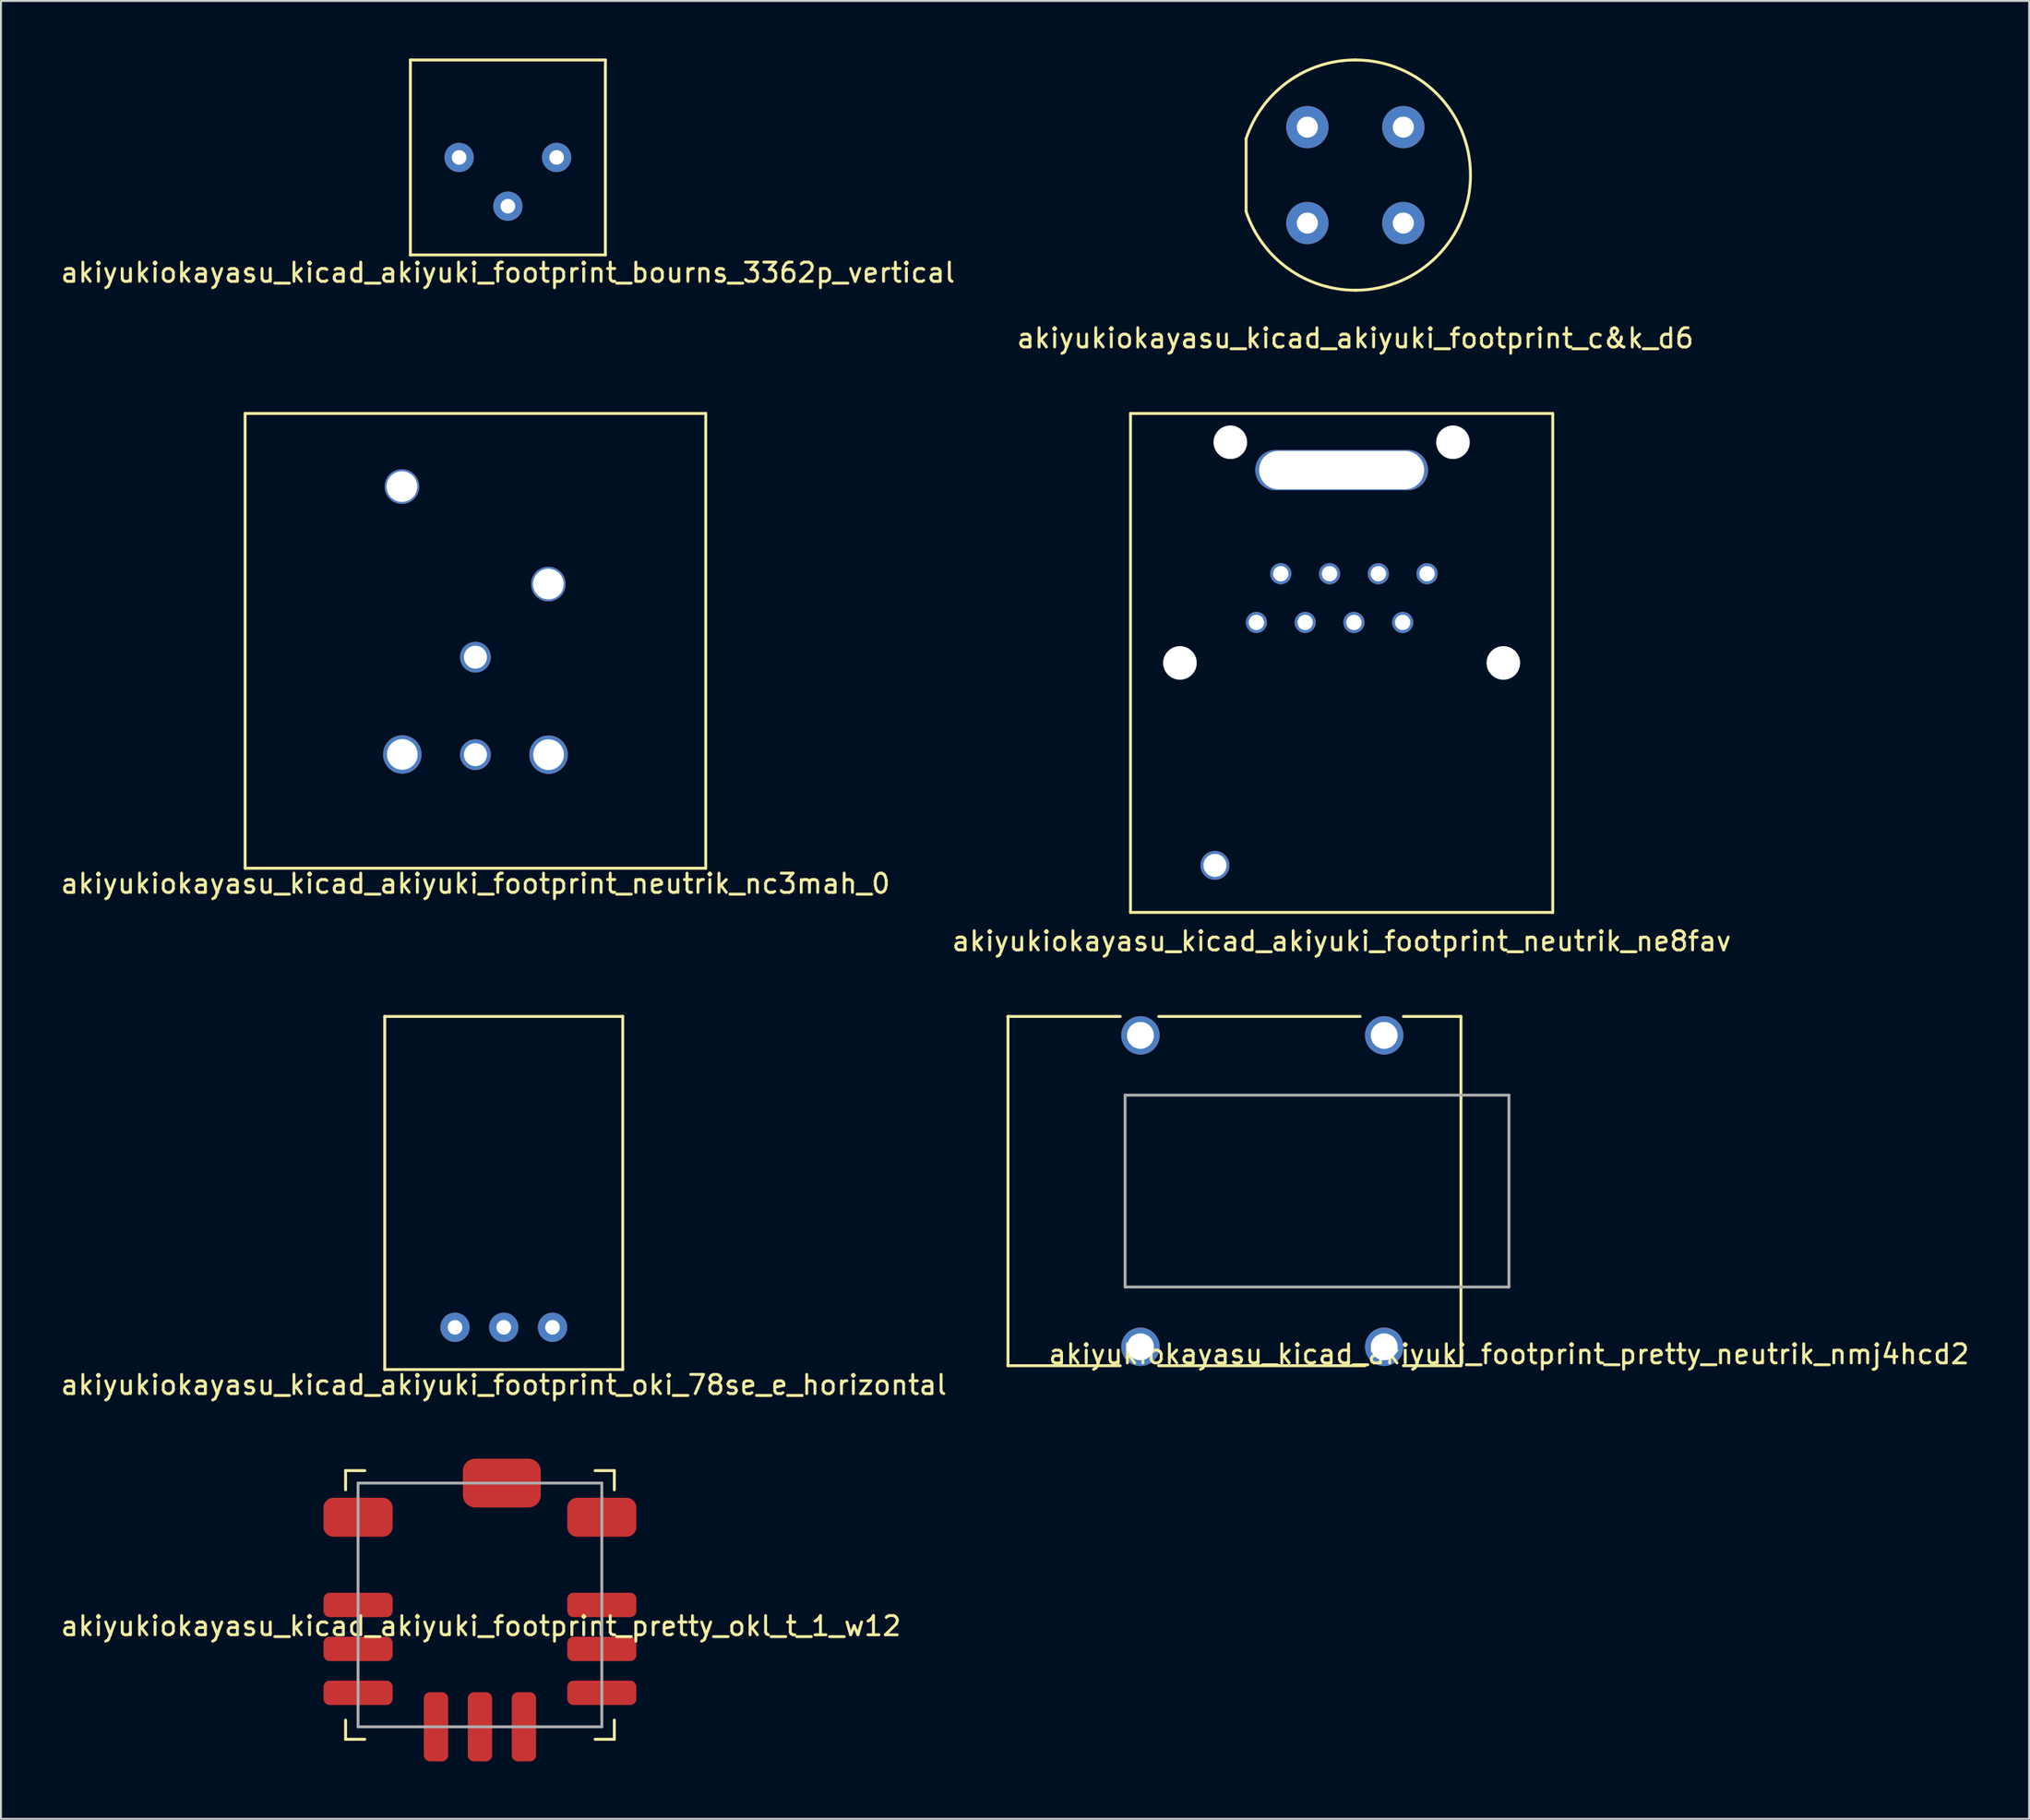
<source format=kicad_pcb>
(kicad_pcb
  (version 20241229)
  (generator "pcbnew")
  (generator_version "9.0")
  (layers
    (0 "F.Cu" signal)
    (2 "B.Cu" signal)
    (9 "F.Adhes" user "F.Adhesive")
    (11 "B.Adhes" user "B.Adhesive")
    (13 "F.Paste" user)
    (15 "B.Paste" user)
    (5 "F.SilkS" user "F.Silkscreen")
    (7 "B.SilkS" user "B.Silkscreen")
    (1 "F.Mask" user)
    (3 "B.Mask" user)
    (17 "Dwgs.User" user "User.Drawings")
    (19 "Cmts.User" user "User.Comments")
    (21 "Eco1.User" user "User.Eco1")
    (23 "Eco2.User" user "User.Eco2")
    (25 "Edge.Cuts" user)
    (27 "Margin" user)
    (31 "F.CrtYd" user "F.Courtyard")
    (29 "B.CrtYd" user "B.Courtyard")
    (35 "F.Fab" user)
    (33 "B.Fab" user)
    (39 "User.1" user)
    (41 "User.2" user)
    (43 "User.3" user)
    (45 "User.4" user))
  (footprint "akiyukiokayasu_kicad_akiyuki_footprint_oki_78se_e_horizontal"
    (layer "F.Cu")
    (at 23.196 66.121)
    (property "Reference" "akiyukiokayasu_kicad_akiyuki_footprint_oki_78se_e_horizontal" (at 0 3 0) (layer "F.SilkS") (effects (font (size 1 1) (thickness 0.15))))
    (attr through_hole)
    (fp_line (start -6.2 -16.2) (end -6.2 2.2) (stroke (width 0.15) (type solid)) (layer "F.SilkS"))
    (fp_line (start -6.2 2.2) (end 6.2 2.2) (stroke (width 0.15) (type solid)) (layer "F.SilkS"))
    (fp_line (start 6.2 -16.2) (end -6.2 -16.2) (stroke (width 0.15) (type solid)) (layer "F.SilkS"))
    (fp_line (start 6.2 2.2) (end 6.2 -16.2) (stroke (width 0.15) (type solid)) (layer "F.SilkS"))
    (pad "1" thru_hole circle (at -2.54 0) (size 1.524 1.524) (drill 0.762) (layers "*.Cu" "*.Mask"))
    (pad "2" thru_hole circle (at 0 0) (size 1.524 1.524) (drill 0.762) (layers "*.Cu" "*.Mask"))
    (pad "3" thru_hole circle (at 2.54 0) (size 1.524 1.524) (drill 0.762) (layers "*.Cu" "*.Mask")))
  (footprint "akiyukiokayasu_kicad_akiyuki_footprint_pretty_okl_t_1_w12"
    (layer "F.Cu")
    (at 21.956 80.59)
    (property "Reference" "akiyukiokayasu_kicad_akiyuki_footprint_pretty_okl_t_1_w12" (at 0.05 1.1 0) (layer "F.SilkS") (effects (font (size 1 1) (thickness 0.15))))
    (attr through_hole)
    (fp_line (start -7 -7) (end -7 -6) (stroke (width 0.15) (type solid)) (layer "F.SilkS"))
    (fp_line (start -7 -7) (end -6 -7) (stroke (width 0.15) (type solid)) (layer "F.SilkS"))
    (fp_line (start -7 7) (end -7 6) (stroke (width 0.15) (type solid)) (layer "F.SilkS"))
    (fp_line (start -7 7) (end -6 7) (stroke (width 0.15) (type solid)) (layer "F.SilkS"))
    (fp_line (start 6 -7) (end 7 -7) (stroke (width 0.15) (type solid)) (layer "F.SilkS"))
    (fp_line (start 6 7) (end 7 7) (stroke (width 0.15) (type solid)) (layer "F.SilkS"))
    (fp_line (start 7 -7) (end 7 -6) (stroke (width 0.15) (type solid)) (layer "F.SilkS"))
    (fp_line (start 7 7) (end 7 6) (stroke (width 0.15) (type solid)) (layer "F.SilkS"))
    (fp_line (start -6.35 -6.35) (end -6.35 6.35) (stroke (width 0.15) (type solid)) (layer "F.Fab"))
    (fp_line (start -6.35 6.35) (end 6.35 6.35) (stroke (width 0.15) (type solid)) (layer "F.Fab"))
    (fp_line (start 6.35 -6.35) (end -6.35 -6.35) (stroke (width 0.15) (type solid)) (layer "F.Fab"))
    (fp_line (start 6.35 6.35) (end 6.35 -6.35) (stroke (width 0.15) (type solid)) (layer "F.Fab"))
    (pad "1" smd roundrect (at -6.35 0) (size 3.6 1.27) (layers "F.Cu" "F.Mask" "F.Paste") (roundrect_rratio 0.25))
    (pad "2" smd roundrect (at -6.35 -4.57 180) (size 3.6 2.03) (layers "F.Cu" "F.Mask" "F.Paste") (roundrect_rratio 0.25))
    (pad "3" smd roundrect (at 1.14 -6.35 90) (size 2.54 4.06) (layers "F.Cu" "F.Mask" "F.Paste") (roundrect_rratio 0.25))
    (pad "4" smd roundrect (at 6.35 -4.57 180) (size 3.6 2.03) (layers "F.Cu" "F.Mask" "F.Paste") (roundrect_rratio 0.25))
    (pad "5" smd roundrect (at 6.35 0) (size 3.6 1.27) (layers "F.Cu" "F.Mask" "F.Paste") (roundrect_rratio 0.25))
    (pad "6" smd roundrect (at 6.35 4.58) (size 3.6 1.27) (layers "F.Cu" "F.Mask" "F.Paste") (roundrect_rratio 0.25))
    (pad "7" smd roundrect (at 0 6.35 90) (size 3.6 1.27) (layers "F.Cu" "F.Mask" "F.Paste") (roundrect_rratio 0.25))
    (pad "8" smd roundrect (at -2.29 6.35 90) (size 3.6 1.27) (layers "F.Cu" "F.Mask" "F.Paste") (roundrect_rratio 0.25))
    (pad "9" smd roundrect (at -6.35 4.58) (size 3.6 1.27) (layers "F.Cu" "F.Mask" "F.Paste") (roundrect_rratio 0.25))
    (pad "10" smd roundrect (at -6.35 2.29) (size 3.6 1.27) (layers "F.Cu" "F.Mask" "F.Paste") (roundrect_rratio 0.25))
    (pad "11" smd roundrect (at 6.35 2.29) (size 3.6 1.27) (layers "F.Cu" "F.Mask" "F.Paste") (roundrect_rratio 0.25))
    (pad "12" smd roundrect (at 2.29 6.35 90) (size 3.6 1.27) (layers "F.Cu" "F.Mask" "F.Paste") (roundrect_rratio 0.25)))
  (footprint "akiyukiokayasu_kicad_akiyuki_footprint_c&k_d6"
    (layer "F.Cu")
    (at 67.565 6.075)
    (property "Reference" "akiyukiokayasu_kicad_akiyuki_footprint_c&k_d6" (at 0 8.5 0) (layer "F.SilkS") (effects (font (size 1 1) (thickness 0.15))))
    (attr through_hole)
    (fp_line (start -5.692 -1.897) (end -5.692 1.853) (stroke (width 0.15) (type solid)) (layer "F.SilkS"))
    (fp_arc (start -5.6921 -1.897367) (mid -3.508262 -4.867453) (end 0 -6) (stroke (width 0.15) (type solid)) (layer "F.SilkS"))
    (fp_arc (start 0 -6) (mid 6 0) (end 0 6) (stroke (width 0.15) (type solid)) (layer "F.SilkS"))
    (fp_arc (start 0 6) (mid -3.509746 4.866383) (end -5.693256 1.893894) (stroke (width 0.15) (type solid)) (layer "F.SilkS"))
    (pad "1" thru_hole circle (at -2.5 -2.5) (size 2.2 2.2) (drill 1.1) (layers "*.Cu" "*.Mask"))
    (pad "1" thru_hole circle (at 2.5 -2.5) (size 2.2 2.2) (drill 1.1) (layers "*.Cu" "*.Mask"))
    (pad "2" thru_hole circle (at -2.5 2.5) (size 2.2 2.2) (drill 1.1) (layers "*.Cu" "*.Mask"))
    (pad "2" thru_hole circle (at 2.5 2.5) (size 2.2 2.2) (drill 1.1) (layers "*.Cu" "*.Mask")))
  (footprint "akiyukiokayasu_kicad_akiyuki_footprint_bourns_3362p_vertical"
    (layer "F.Cu")
    (at 23.411 5.155)
    (property "Reference" "akiyukiokayasu_kicad_akiyuki_footprint_bourns_3362p_vertical" (at 0 6 0) (layer "F.SilkS") (effects (font (size 1 1) (thickness 0.15))))
    (attr through_hole)
    (fp_line (start -5.08 -5.08) (end -5.08 5.08) (stroke (width 0.15) (type solid)) (layer "F.SilkS"))
    (fp_line (start -5.08 5.08) (end 5.08 5.08) (stroke (width 0.15) (type solid)) (layer "F.SilkS"))
    (fp_line (start 5.08 -5.08) (end -5.08 -5.08) (stroke (width 0.15) (type solid)) (layer "F.SilkS"))
    (fp_line (start 5.08 5.08) (end 5.08 -5.08) (stroke (width 0.15) (type solid)) (layer "F.SilkS"))
    (pad "1" thru_hole circle (at -2.54 0) (size 1.524 1.524) (drill 0.762) (layers "*.Cu" "*.Mask"))
    (pad "2" thru_hole circle (at 0 2.54) (size 1.524 1.524) (drill 0.762) (layers "*.Cu" "*.Mask"))
    (pad "3" thru_hole circle (at 2.54 0) (size 1.524 1.524) (drill 0.762) (layers "*.Cu" "*.Mask")))
  (footprint "akiyukiokayasu_kicad_akiyuki_footprint_neutrik_nc3mah_0"
    (layer "F.Cu")
    (at 21.72 31.198)
    (property "Reference" "akiyukiokayasu_kicad_akiyuki_footprint_neutrik_nc3mah_0" (at 0 11.8 0) (layer "F.SilkS") (effects (font (size 1 1) (thickness 0.15))))
    (attr through_hole)
    (fp_line (start -12 -12.7) (end -12 11) (stroke (width 0.15) (type solid)) (layer "F.SilkS"))
    (fp_line (start -12 11) (end 12 11) (stroke (width 0.15) (type solid)) (layer "F.SilkS"))
    (fp_line (start 12 -12.7) (end -12 -12.7) (stroke (width 0.15) (type solid)) (layer "F.SilkS"))
    (fp_line (start 12 11) (end 12 -12.7) (stroke (width 0.15) (type solid)) (layer "F.SilkS"))
    (pad "" np_thru_hole circle (at -3.83 -8.89) (size 1.8 1.8) (drill 1.6) (layers "*.Cu" "*.Mask"))
    (pad "" np_thru_hole circle (at 3.8 -3.81) (size 1.8 1.8) (drill 1.6) (layers "*.Cu" "*.Mask"))
    (pad "1" thru_hole circle (at 3.81 5.08) (size 2 2) (drill 1.6) (layers "*.Cu" "*.Mask"))
    (pad "2" thru_hole circle (at -3.81 5.07) (size 2 2) (drill 1.6) (layers "*.Cu" "*.Mask"))
    (pad "3" thru_hole circle (at 0 5.08) (size 1.6 1.6) (drill 1.2) (layers "*.Cu" "*.Mask"))
    (pad "G" thru_hole circle (at 0 0) (size 1.6 1.6) (drill 1.2) (layers "*.Cu" "*.Mask")))
  (footprint "akiyukiokayasu_kicad_akiyuki_footprint_pretty_neutrik_nmj4hcd2"
    (layer "F.Cu")
    (at 73.068 59.022)
    (property "Reference" "akiyukiokayasu_kicad_akiyuki_footprint_pretty_neutrik_nmj4hcd2" (at 2.5 8.5 0) (layer "F.SilkS") (effects (font (size 1 1) (thickness 0.15))))
    (attr through_hole)
    (fp_line (start -23.6 -9.1) (end -23.6 9.1) (stroke (width 0.15) (type solid)) (layer "F.SilkS"))
    (fp_line (start -23.6 -9.1) (end -17.75 -9.1) (stroke (width 0.15) (type solid)) (layer "F.SilkS"))
    (fp_line (start -23.6 9.1) (end -17.75 9.1) (stroke (width 0.15) (type solid)) (layer "F.SilkS"))
    (fp_line (start -15.75 9.1) (end -5 9.1) (stroke (width 0.15) (type solid)) (layer "F.SilkS"))
    (fp_line (start -5.25 -9.1) (end -15.75 -9.1) (stroke (width 0.15) (type solid)) (layer "F.SilkS"))
    (fp_line (start 0 -9.1) (end -3 -9.1) (stroke (width 0.15) (type solid)) (layer "F.SilkS"))
    (fp_line (start 0 -9.1) (end 0 9.1) (stroke (width 0.15) (type solid)) (layer "F.SilkS"))
    (fp_line (start 0 9.1) (end -3 9.1) (stroke (width 0.15) (type solid)) (layer "F.SilkS"))
    (fp_line (start -17.5 5) (end -17.5 -5) (stroke (width 0.15) (type solid)) (layer "F.Fab"))
    (fp_line (start -17.5 5) (end 2.5 5) (stroke (width 0.15) (type solid)) (layer "F.Fab"))
    (fp_line (start 2.5 -5) (end -17.5 -5) (stroke (width 0.15) (type solid)) (layer "F.Fab"))
    (fp_line (start 2.5 -5) (end 2.5 5) (stroke (width 0.15) (type solid)) (layer "F.Fab"))
    (pad "1" thru_hole circle (at -16.7 -8.115) (size 2 2) (drill 1.4) (layers "*.Cu" "*.Mask"))
    (pad "2" thru_hole circle (at -4 -8.115) (size 2 2) (drill 1.4) (layers "*.Cu" "*.Mask"))
    (pad "3" thru_hole circle (at -16.7 8.115) (size 2 2) (drill 1.4) (layers "*.Cu" "*.Mask"))
    (pad "4" thru_hole circle (at -4 8.115) (size 2 2) (drill 1.4) (layers "*.Cu" "*.Mask")))
  (footprint "akiyukiokayasu_kicad_akiyuki_footprint_neutrik_ne8fav"
    (layer "F.Cu")
    (at 66.851 31.498)
    (property "Reference" "akiyukiokayasu_kicad_akiyuki_footprint_neutrik_ne8fav" (at 0 14.5 0) (layer "F.SilkS") (effects (font (size 1 1) (thickness 0.15))))
    (attr through_hole)
    (fp_line (start -11 -13) (end -11 13) (stroke (width 0.15) (type solid)) (layer "F.SilkS"))
    (fp_line (start -11 13) (end 11 13) (stroke (width 0.15) (type solid)) (layer "F.SilkS"))
    (fp_line (start 11 -13) (end -11 -13) (stroke (width 0.15) (type solid)) (layer "F.SilkS"))
    (fp_line (start 11 13) (end 11 -13) (stroke (width 0.15) (type solid)) (layer "F.SilkS"))
    (pad "" np_thru_hole circle (at -8.425 0) (size 1.75 1.75) (drill 1.75) (layers "*.Cu" "*.Mask"))
    (pad "" np_thru_hole circle (at -5.8 -11.5) (size 1.75 1.75) (drill 1.75) (layers "*.Cu" "*.Mask"))
    (pad "" np_thru_hole oval (at 0 -10.05) (size 9 2.1) (drill oval 8.6 2) (layers "*.Cu" "*.Mask"))
    (pad "" np_thru_hole circle (at 5.8 -11.5) (size 1.75 1.75) (drill 1.75) (layers "*.Cu" "*.Mask"))
    (pad "" np_thru_hole circle (at 8.425 0) (size 1.75 1.75) (drill 1.75) (layers "*.Cu" "*.Mask"))
    (pad "1" thru_hole circle (at -4.44 -2.11) (size 1.1 1.1) (drill 0.8) (layers "*.Cu" "*.Mask"))
    (pad "2" thru_hole circle (at -3.17 -4.65) (size 1.1 1.1) (drill 0.8) (layers "*.Cu" "*.Mask"))
    (pad "3" thru_hole circle (at -1.9 -2.11) (size 1.1 1.1) (drill 0.8) (layers "*.Cu" "*.Mask"))
    (pad "4" thru_hole circle (at -0.63 -4.65) (size 1.1 1.1) (drill 0.8) (layers "*.Cu" "*.Mask"))
    (pad "5" thru_hole circle (at 0.64 -2.11) (size 1.1 1.1) (drill 0.8) (layers "*.Cu" "*.Mask"))
    (pad "6" thru_hole circle (at 1.91 -4.65) (size 1.1 1.1) (drill 0.8) (layers "*.Cu" "*.Mask"))
    (pad "7" thru_hole circle (at 3.18 -2.11) (size 1.1 1.1) (drill 0.8) (layers "*.Cu" "*.Mask"))
    (pad "8" thru_hole circle (at 4.45 -4.65) (size 1.1 1.1) (drill 0.8) (layers "*.Cu" "*.Mask"))
    (pad "SH" thru_hole circle (at -6.6 10.55) (size 1.5 1.5) (drill 1.2) (layers "*.Cu" "*.Mask")))
  (gr_rect
    (start -3 -3)
    (end 102.669 91.74)
    (stroke (width 0.1) (type default))
    (fill no)
    (layer "Edge.Cuts")))
</source>
